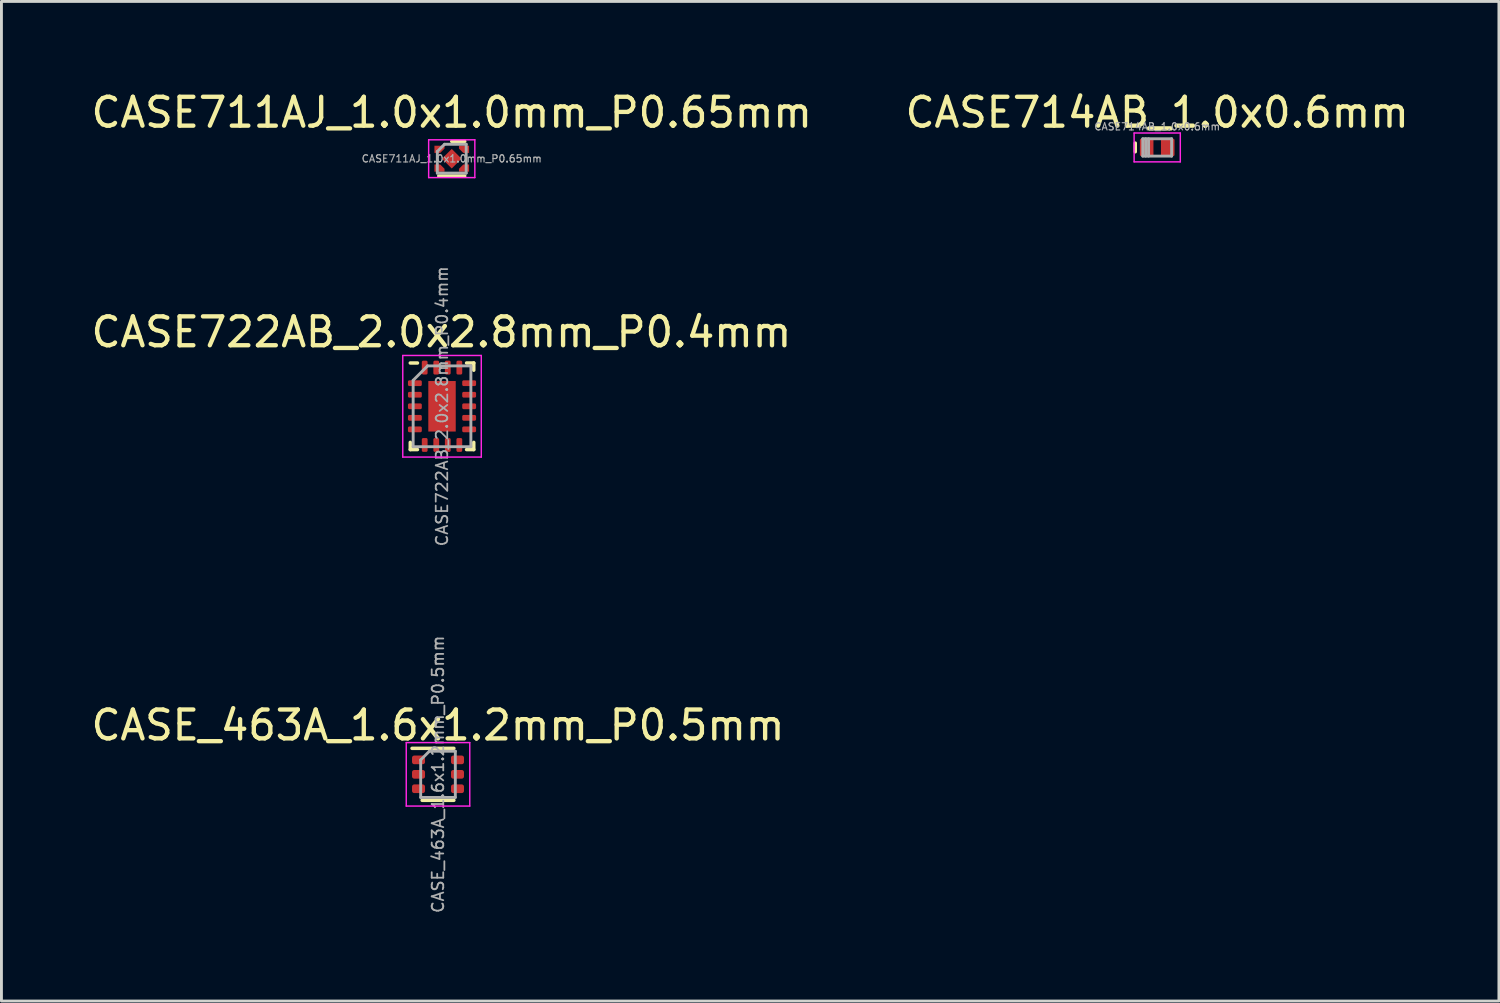
<source format=kicad_pcb>
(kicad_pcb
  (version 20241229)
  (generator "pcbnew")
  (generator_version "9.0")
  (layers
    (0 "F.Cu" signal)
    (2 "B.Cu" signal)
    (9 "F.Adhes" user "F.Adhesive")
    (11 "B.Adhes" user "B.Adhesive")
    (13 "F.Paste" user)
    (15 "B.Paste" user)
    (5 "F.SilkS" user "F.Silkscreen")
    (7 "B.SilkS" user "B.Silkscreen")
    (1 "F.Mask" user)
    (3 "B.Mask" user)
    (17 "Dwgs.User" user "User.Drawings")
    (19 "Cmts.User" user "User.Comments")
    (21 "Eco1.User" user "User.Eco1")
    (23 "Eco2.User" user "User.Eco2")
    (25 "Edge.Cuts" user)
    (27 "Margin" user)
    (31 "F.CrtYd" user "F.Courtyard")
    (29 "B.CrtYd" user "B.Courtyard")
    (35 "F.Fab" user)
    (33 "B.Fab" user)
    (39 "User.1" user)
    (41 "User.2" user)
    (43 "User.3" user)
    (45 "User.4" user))
  (footprint "CASE714AB_1.0x0.6mm"
    (layer "F.Cu")
    (at 37.042 2.058)
    (property "Reference" "CASE714AB_1.0x0.6mm" (at 0 -1.21 0) (layer "F.SilkS") (effects (font (size 1 1) (thickness 0.15))))
    (attr smd)
    (fp_line (start -0.76 -0.15) (end -0.76 0.15) (stroke (width 0.12) (type solid)) (layer "F.SilkS"))
    (fp_line (start -0.8 -0.5) (end 0.8 -0.5) (stroke (width 0.05) (type solid)) (layer "F.CrtYd"))
    (fp_line (start -0.8 0.5) (end -0.8 -0.5) (stroke (width 0.05) (type solid)) (layer "F.CrtYd"))
    (fp_line (start 0.8 -0.5) (end 0.8 0.5) (stroke (width 0.05) (type solid)) (layer "F.CrtYd"))
    (fp_line (start 0.8 0.5) (end -0.8 0.5) (stroke (width 0.05) (type solid)) (layer "F.CrtYd"))
    (fp_line (start -0.5 -0.3) (end 0.5 -0.3) (stroke (width 0.1) (type solid)) (layer "F.Fab"))
    (fp_line (start -0.5 0.3) (end -0.5 -0.3) (stroke (width 0.1) (type solid)) (layer "F.Fab"))
    (fp_line (start -0.4 0.3) (end -0.4 -0.3) (stroke (width 0.1) (type solid)) (layer "F.Fab"))
    (fp_line (start -0.3 0.3) (end -0.3 -0.3) (stroke (width 0.1) (type solid)) (layer "F.Fab"))
    (fp_line (start 0.5 -0.3) (end 0.5 0.3) (stroke (width 0.1) (type solid)) (layer "F.Fab"))
    (fp_line (start 0.5 0.3) (end -0.5 0.3) (stroke (width 0.1) (type solid)) (layer "F.Fab"))
    (fp_text user "${REFERENCE}" (at 0 -0.72 0) (layer "F.Fab") (effects (font (size 0.25 0.25) (thickness 0.04))))
    (pad "1" smd roundrect (at -0.365 0) (size 0.47 0.6) (layers "F.Cu" "F.Mask" "F.Paste") (roundrect_rratio 0.1))
    (pad "2" smd roundrect (at 0.365 0) (size 0.47 0.6) (layers "F.Cu" "F.Mask" "F.Paste") (roundrect_rratio 0.1)))
  (footprint "CASE722AB_2.0x2.8mm_P0.4mm"
    (layer "F.Cu")
    (at 12.264 11.026)
    (property "Reference" "CASE722AB_2.0x2.8mm_P0.4mm" (at -0.02 -2.57 0) (layer "F.SilkS") (effects (font (size 1 1) (thickness 0.15))))
    (attr smd)
    (fp_line (start -1.1 1.25) (end -1.1 1.5) (stroke (width 0.12) (type solid)) (layer "F.SilkS"))
    (fp_line (start -1.1 1.5) (end -0.85 1.5) (stroke (width 0.12) (type solid)) (layer "F.SilkS"))
    (fp_line (start -0.85 -1.5) (end -1.1 -1.5) (stroke (width 0.12) (type solid)) (layer "F.SilkS"))
    (fp_line (start 0.85 1.5) (end 1.1 1.5) (stroke (width 0.12) (type solid)) (layer "F.SilkS"))
    (fp_line (start 1.1 -1.5) (end 0.85 -1.5) (stroke (width 0.12) (type solid)) (layer "F.SilkS"))
    (fp_line (start 1.1 -1.25) (end 1.1 -1.5) (stroke (width 0.12) (type solid)) (layer "F.SilkS"))
    (fp_line (start 1.1 1.5) (end 1.1 1.25) (stroke (width 0.12) (type solid)) (layer "F.SilkS"))
    (fp_line (start -1.36 -1.76) (end -1.36 1.76) (stroke (width 0.05) (type solid)) (layer "F.CrtYd"))
    (fp_line (start -1.36 1.76) (end 1.36 1.76) (stroke (width 0.05) (type solid)) (layer "F.CrtYd"))
    (fp_line (start 1.36 -1.76) (end -1.36 -1.76) (stroke (width 0.05) (type solid)) (layer "F.CrtYd"))
    (fp_line (start 1.36 1.76) (end 1.36 -1.76) (stroke (width 0.05) (type solid)) (layer "F.CrtYd"))
    (fp_line (start -1 -0.9) (end -1 1.4) (stroke (width 0.1) (type solid)) (layer "F.Fab"))
    (fp_line (start -1 1.4) (end 1 1.4) (stroke (width 0.1) (type solid)) (layer "F.Fab"))
    (fp_line (start -0.5 -1.4) (end -1 -0.9) (stroke (width 0.1) (type solid)) (layer "F.Fab"))
    (fp_line (start 1 -1.4) (end -0.5 -1.4) (stroke (width 0.1) (type solid)) (layer "F.Fab"))
    (fp_line (start 1 1.4) (end 1 -1.4) (stroke (width 0.1) (type solid)) (layer "F.Fab"))
    (fp_text user "${REFERENCE}" (at 0 0 90) (layer "F.Fab") (effects (font (size 0.4 0.4) (thickness 0.06))))
    (pad "" smd roundrect (at 0 -0.45) (size 0.8 0.7) (layers "F.Paste") (roundrect_rratio 0.25))
    (pad "" smd roundrect (at 0 0.45) (size 0.8 0.7) (layers "F.Paste") (roundrect_rratio 0.25))
    (pad "1" smd roundrect (at -0.94 -0.8 90) (size 0.2 0.48) (layers "F.Cu" "F.Mask" "F.Paste") (roundrect_rratio 0.25))
    (pad "2" smd roundrect (at -0.94 -0.4 90) (size 0.2 0.48) (layers "F.Cu" "F.Mask" "F.Paste") (roundrect_rratio 0.25))
    (pad "3" smd roundrect (at -0.94 0 90) (size 0.2 0.48) (layers "F.Cu" "F.Mask" "F.Paste") (roundrect_rratio 0.25))
    (pad "4" smd roundrect (at -0.94 0.4 90) (size 0.2 0.48) (layers "F.Cu" "F.Mask" "F.Paste") (roundrect_rratio 0.25))
    (pad "5" smd roundrect (at -0.94 0.8 90) (size 0.2 0.48) (layers "F.Cu" "F.Mask" "F.Paste") (roundrect_rratio 0.25))
    (pad "6" smd roundrect (at -0.6 1.34) (size 0.2 0.48) (layers "F.Cu" "F.Mask" "F.Paste") (roundrect_rratio 0.25))
    (pad "7" smd roundrect (at -0.2 1.34) (size 0.2 0.48) (layers "F.Cu" "F.Mask" "F.Paste") (roundrect_rratio 0.25))
    (pad "8" smd roundrect (at 0.2 1.34) (size 0.2 0.48) (layers "F.Cu" "F.Mask" "F.Paste") (roundrect_rratio 0.25))
    (pad "9" smd roundrect (at 0.6 1.34) (size 0.2 0.48) (layers "F.Cu" "F.Mask" "F.Paste") (roundrect_rratio 0.25))
    (pad "10" smd roundrect (at 0.94 0.8 90) (size 0.2 0.48) (layers "F.Cu" "F.Mask" "F.Paste") (roundrect_rratio 0.25))
    (pad "11" smd roundrect (at 0.94 0.4 90) (size 0.2 0.48) (layers "F.Cu" "F.Mask" "F.Paste") (roundrect_rratio 0.25))
    (pad "12" smd roundrect (at 0.94 0 90) (size 0.2 0.48) (layers "F.Cu" "F.Mask" "F.Paste") (roundrect_rratio 0.25))
    (pad "13" smd roundrect (at 0.94 -0.4 90) (size 0.2 0.48) (layers "F.Cu" "F.Mask" "F.Paste") (roundrect_rratio 0.25))
    (pad "14" smd roundrect (at 0.94 -0.8 90) (size 0.2 0.48) (layers "F.Cu" "F.Mask" "F.Paste") (roundrect_rratio 0.25))
    (pad "15" smd roundrect (at 0.6 -1.34) (size 0.2 0.48) (layers "F.Cu" "F.Mask" "F.Paste") (roundrect_rratio 0.25))
    (pad "16" smd roundrect (at 0.2 -1.34) (size 0.2 0.48) (layers "F.Cu" "F.Mask" "F.Paste") (roundrect_rratio 0.25))
    (pad "17" smd roundrect (at -0.2 -1.34) (size 0.2 0.48) (layers "F.Cu" "F.Mask" "F.Paste") (roundrect_rratio 0.25))
    (pad "18" smd roundrect (at -0.6 -1.34) (size 0.2 0.48) (layers "F.Cu" "F.Mask" "F.Paste") (roundrect_rratio 0.25))
    (pad "19" smd rect (at 0 0) (size 0.95 1.75) (layers "F.Cu" "F.Mask")))
  (footprint "CASE_463A_1.6x1.2mm_P0.5mm"
    (layer "F.Cu")
    (at 12.125 23.777)
    (property "Reference" "CASE_463A_1.6x1.2mm_P0.5mm" (at 0 -1.7 0) (layer "F.SilkS") (effects (font (size 1 1) (thickness 0.15))))
    (attr smd)
    (fp_line (start -0.9 -0.9) (end 0.55 -0.9) (stroke (width 0.12) (type solid)) (layer "F.SilkS"))
    (fp_line (start 0.55 0.9) (end -0.55 0.9) (stroke (width 0.12) (type solid)) (layer "F.SilkS"))
    (fp_line (start -1.1 -1.1) (end -1.1 1.1) (stroke (width 0.05) (type solid)) (layer "F.CrtYd"))
    (fp_line (start -1.1 -1.1) (end 1.1 -1.1) (stroke (width 0.05) (type solid)) (layer "F.CrtYd"))
    (fp_line (start 1.1 1.1) (end -1.1 1.1) (stroke (width 0.05) (type solid)) (layer "F.CrtYd"))
    (fp_line (start 1.1 1.1) (end 1.1 -1.1) (stroke (width 0.05) (type solid)) (layer "F.CrtYd"))
    (fp_line (start -0.6 -0.5) (end -0.6 0.8) (stroke (width 0.1) (type solid)) (layer "F.Fab"))
    (fp_line (start -0.6 -0.5) (end -0.3 -0.8) (stroke (width 0.1) (type solid)) (layer "F.Fab"))
    (fp_line (start -0.6 0.8) (end 0.6 0.8) (stroke (width 0.1) (type solid)) (layer "F.Fab"))
    (fp_line (start 0.6 -0.8) (end -0.3 -0.8) (stroke (width 0.1) (type solid)) (layer "F.Fab"))
    (fp_line (start 0.6 0.8) (end 0.6 -0.8) (stroke (width 0.1) (type solid)) (layer "F.Fab"))
    (fp_text user "${REFERENCE}" (at 0 0 90) (layer "F.Fab") (effects (font (size 0.4 0.4) (thickness 0.062))))
    (pad "1" smd roundrect (at -0.675 -0.5) (size 0.45 0.3) (layers "F.Cu" "F.Mask" "F.Paste") (roundrect_rratio 0.25))
    (pad "2" smd roundrect (at -0.675 0) (size 0.45 0.3) (layers "F.Cu" "F.Mask" "F.Paste") (roundrect_rratio 0.25))
    (pad "3" smd roundrect (at -0.675 0.5) (size 0.45 0.3) (layers "F.Cu" "F.Mask" "F.Paste") (roundrect_rratio 0.25))
    (pad "4" smd roundrect (at 0.675 0.5) (size 0.45 0.3) (layers "F.Cu" "F.Mask" "F.Paste") (roundrect_rratio 0.25))
    (pad "5" smd roundrect (at 0.675 0) (size 0.45 0.3) (layers "F.Cu" "F.Mask" "F.Paste") (roundrect_rratio 0.25))
    (pad "6" smd roundrect (at 0.675 -0.5) (size 0.45 0.3) (layers "F.Cu" "F.Mask" "F.Paste") (roundrect_rratio 0.25)))
  (footprint "CASE711AJ_1.0x1.0mm_P0.65mm"
    (layer "F.Cu")
    (at 12.601 2.448)
    (property "Reference" "CASE711AJ_1.0x1.0mm_P0.65mm" (at 0 -1.6 0) (layer "F.SilkS") (effects (font (size 1 1) (thickness 0.15))))
    (attr smd)
    (fp_line (start -0.45 0.6) (end 0.45 0.6) (stroke (width 0.12) (type solid)) (layer "F.SilkS"))
    (fp_line (start 0 -0.6) (end 0.45 -0.6) (stroke (width 0.12) (type solid)) (layer "F.SilkS"))
    (fp_line (start -0.8 -0.655) (end -0.8 0.655) (stroke (width 0.05) (type solid)) (layer "F.CrtYd"))
    (fp_line (start -0.8 0.655) (end 0.8 0.655) (stroke (width 0.05) (type solid)) (layer "F.CrtYd"))
    (fp_line (start 0.8 -0.655) (end -0.8 -0.655) (stroke (width 0.05) (type solid)) (layer "F.CrtYd"))
    (fp_line (start 0.8 0.655) (end 0.8 -0.655) (stroke (width 0.05) (type solid)) (layer "F.CrtYd"))
    (fp_line (start -0.5 -0.25) (end -0.5 0.5) (stroke (width 0.1) (type solid)) (layer "F.Fab"))
    (fp_line (start -0.5 -0.25) (end -0.25 -0.5) (stroke (width 0.1) (type solid)) (layer "F.Fab"))
    (fp_line (start -0.5 0.5) (end 0.5 0.5) (stroke (width 0.1) (type solid)) (layer "F.Fab"))
    (fp_line (start 0.5 -0.5) (end -0.25 -0.5) (stroke (width 0.1) (type solid)) (layer "F.Fab"))
    (fp_line (start 0.5 0.5) (end 0.5 -0.5) (stroke (width 0.1) (type solid)) (layer "F.Fab"))
    (fp_text user "${REFERENCE}" (at 0 0 0) (layer "F.Fab") (effects (font (size 0.25 0.25) (thickness 0.04))))
    (pad "" smd roundrect (at 0 0 45) (size 0.38 0.38) (layers "F.Paste") (roundrect_rratio 0.2))
    (pad "1" smd custom (at -0.475 -0.325 270) (size 0.25 0.25) (layers "F.Cu" "F.Mask" "F.Paste") (options (anchor circle)) (primitives (gr_poly (pts (xy -0.125 0.125) (xy -0.125 -0.225) (xy -0.025 -0.225) (xy 0.125 -0.075) (xy 0.125 0.125)) (width 0) (fill yes))))
    (pad "2" smd custom (at -0.475 0.325 90) (size 0.25 0.25) (layers "F.Cu" "F.Mask" "F.Paste") (options (anchor circle)) (primitives (gr_poly (pts (xy -0.125 -0.125) (xy -0.125 0.225) (xy -0.025 0.225) (xy 0.125 0.075) (xy 0.125 -0.125)) (width 0) (fill yes))))
    (pad "2" smd rect (at 0 0 45) (size 0.48 0.48) (layers "F.Cu" "F.Mask"))
    (pad "3" smd custom (at 0.475 0.325 90) (size 0.25 0.25) (layers "F.Cu" "F.Mask" "F.Paste") (options (anchor circle)) (primitives (gr_poly (pts (xy -0.125 0.125) (xy -0.125 -0.225) (xy -0.025 -0.225) (xy 0.125 -0.075) (xy 0.125 0.125)) (width 0) (fill yes))))
    (pad "4" smd custom (at 0.475 -0.325 270) (size 0.25 0.25) (layers "F.Cu" "F.Mask" "F.Paste") (options (anchor circle)) (primitives (gr_poly (pts (xy -0.125 -0.125) (xy -0.125 0.225) (xy -0.025 0.225) (xy 0.125 0.075) (xy 0.125 -0.125)) (width 0) (fill yes)))))
  (gr_rect
    (start -3 -3)
    (end 48.881 31.631)
    (stroke (width 0.1) (type default))
    (fill no)
    (layer "Edge.Cuts")))
</source>
